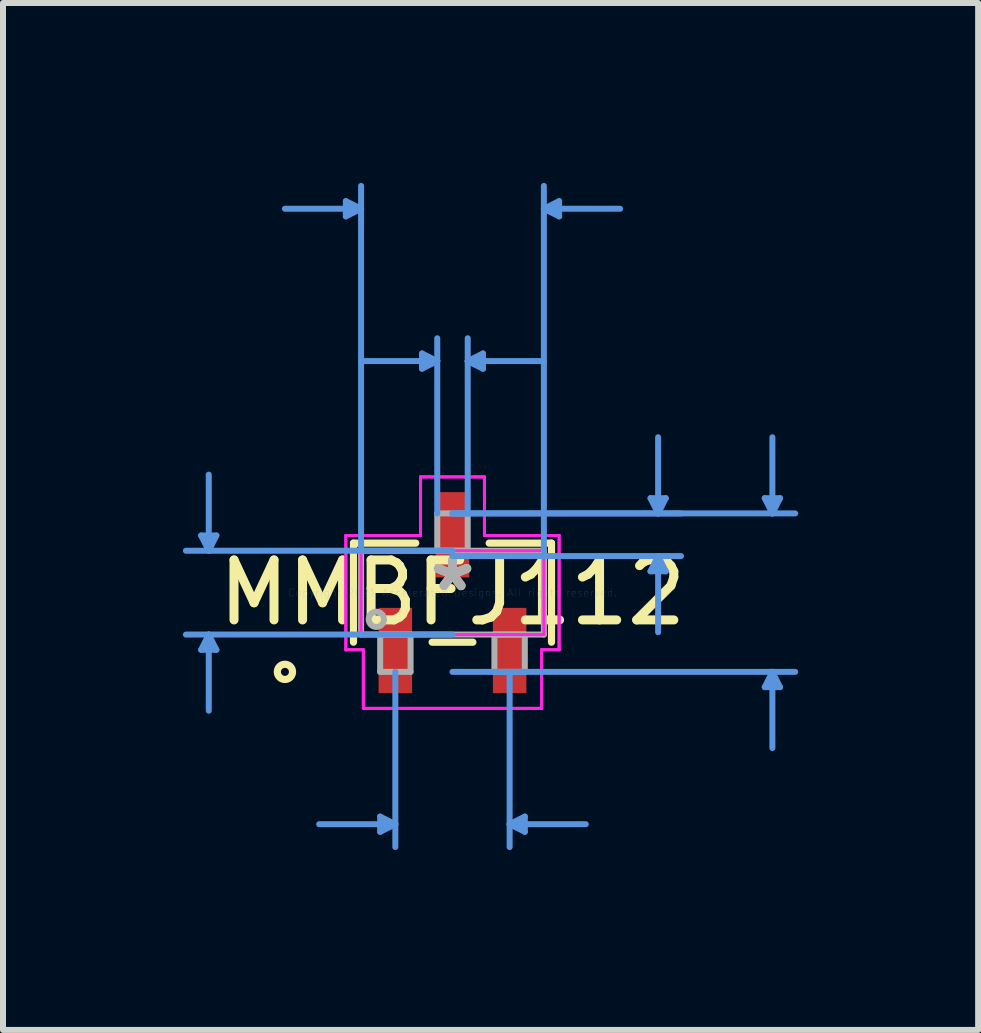
<source format=kicad_pcb>
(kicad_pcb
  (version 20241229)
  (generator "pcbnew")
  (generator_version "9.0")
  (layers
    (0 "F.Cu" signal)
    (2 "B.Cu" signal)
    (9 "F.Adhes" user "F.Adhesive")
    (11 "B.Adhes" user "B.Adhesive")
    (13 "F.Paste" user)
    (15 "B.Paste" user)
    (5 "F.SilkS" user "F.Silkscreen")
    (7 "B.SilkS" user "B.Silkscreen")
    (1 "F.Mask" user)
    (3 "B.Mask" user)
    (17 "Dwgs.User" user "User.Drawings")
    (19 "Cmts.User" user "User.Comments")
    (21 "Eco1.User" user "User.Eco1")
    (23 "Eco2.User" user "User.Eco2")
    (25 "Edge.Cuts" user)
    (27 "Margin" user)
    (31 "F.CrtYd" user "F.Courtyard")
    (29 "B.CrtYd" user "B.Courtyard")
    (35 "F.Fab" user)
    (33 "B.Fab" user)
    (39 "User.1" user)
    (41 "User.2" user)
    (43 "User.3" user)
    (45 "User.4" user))
  (footprint "MMBFJ112"
    (layer "F.Cu")
    (at 4.495 6.832)
    (property "Reference" "MMBFJ112" (at 0 0 0) (layer "F.SilkS") (effects (font (size 1 1) (thickness 0.15))))
    (attr through_hole)
    (fp_line (start -1.651 -0.826) (end -1.651 0.826) (stroke (width 0.12) (type solid)) (layer "F.SilkS"))
    (fp_line (start -0.612 -0.826) (end -1.651 -0.826) (stroke (width 0.12) (type solid)) (layer "F.SilkS"))
    (fp_line (start -0.34 0.826) (end 0.34 0.826) (stroke (width 0.12) (type solid)) (layer "F.SilkS"))
    (fp_line (start 1.651 -0.826) (end 0.612 -0.826) (stroke (width 0.12) (type solid)) (layer "F.SilkS"))
    (fp_line (start 1.651 0.826) (end 1.651 -0.826) (stroke (width 0.12) (type solid)) (layer "F.SilkS"))
    (fp_circle (center -2.794 1.321) (end -2.667 1.321) (stroke (width 0.12) (type solid)) (fill no) (layer "F.SilkS"))
    (fp_line (start -4.191 -0.953) (end -3.937 -0.953) (stroke (width 0.1) (type solid)) (layer "Cmts.User"))
    (fp_line (start -4.191 0.953) (end -3.937 0.953) (stroke (width 0.1) (type solid)) (layer "Cmts.User"))
    (fp_line (start -4.064 -0.699) (end -4.191 -0.953) (stroke (width 0.1) (type solid)) (layer "Cmts.User"))
    (fp_line (start -4.064 -0.699) (end -4.064 -1.968) (stroke (width 0.1) (type solid)) (layer "Cmts.User"))
    (fp_line (start -4.064 -0.699) (end -3.937 -0.953) (stroke (width 0.1) (type solid)) (layer "Cmts.User"))
    (fp_line (start -4.064 0.699) (end -4.191 0.953) (stroke (width 0.1) (type solid)) (layer "Cmts.User"))
    (fp_line (start -4.064 0.699) (end -4.064 1.968) (stroke (width 0.1) (type solid)) (layer "Cmts.User"))
    (fp_line (start -4.064 0.699) (end -3.937 0.953) (stroke (width 0.1) (type solid)) (layer "Cmts.User"))
    (fp_line (start -1.778 -6.528) (end -1.778 -6.274) (stroke (width 0.1) (type solid)) (layer "Cmts.User"))
    (fp_line (start -1.524 -6.401) (end -2.794 -6.401) (stroke (width 0.1) (type solid)) (layer "Cmts.User"))
    (fp_line (start -1.524 -6.401) (end -1.778 -6.528) (stroke (width 0.1) (type solid)) (layer "Cmts.User"))
    (fp_line (start -1.524 -6.401) (end -1.778 -6.274) (stroke (width 0.1) (type solid)) (layer "Cmts.User"))
    (fp_line (start -1.524 -0.699) (end -1.524 -6.782) (stroke (width 0.1) (type solid)) (layer "Cmts.User"))
    (fp_line (start -1.206 3.734) (end -1.206 3.988) (stroke (width 0.1) (type solid)) (layer "Cmts.User"))
    (fp_line (start -0.953 1.321) (end -0.953 4.242) (stroke (width 0.1) (type solid)) (layer "Cmts.User"))
    (fp_line (start -0.953 3.861) (end -2.223 3.861) (stroke (width 0.1) (type solid)) (layer "Cmts.User"))
    (fp_line (start -0.953 3.861) (end -1.206 3.734) (stroke (width 0.1) (type solid)) (layer "Cmts.User"))
    (fp_line (start -0.953 3.861) (end -1.206 3.988) (stroke (width 0.1) (type solid)) (layer "Cmts.User"))
    (fp_line (start -0.508 -3.988) (end -0.508 -3.734) (stroke (width 0.1) (type solid)) (layer "Cmts.User"))
    (fp_line (start -0.254 -3.861) (end -1.524 -3.861) (stroke (width 0.1) (type solid)) (layer "Cmts.User"))
    (fp_line (start -0.254 -3.861) (end -0.508 -3.988) (stroke (width 0.1) (type solid)) (layer "Cmts.User"))
    (fp_line (start -0.254 -3.861) (end -0.508 -3.734) (stroke (width 0.1) (type solid)) (layer "Cmts.User"))
    (fp_line (start -0.254 -1.321) (end -0.254 -4.242) (stroke (width 0.1) (type solid)) (layer "Cmts.User"))
    (fp_line (start 0 -1.321) (end 3.81 -1.321) (stroke (width 0.1) (type solid)) (layer "Cmts.User"))
    (fp_line (start 0 -1.321) (end 5.715 -1.321) (stroke (width 0.1) (type solid)) (layer "Cmts.User"))
    (fp_line (start 0 -0.699) (end -4.445 -0.699) (stroke (width 0.1) (type solid)) (layer "Cmts.User"))
    (fp_line (start 0 -0.61) (end 3.81 -0.61) (stroke (width 0.1) (type solid)) (layer "Cmts.User"))
    (fp_line (start 0 0.699) (end -4.445 0.699) (stroke (width 0.1) (type solid)) (layer "Cmts.User"))
    (fp_line (start 0 1.321) (end 5.715 1.321) (stroke (width 0.1) (type solid)) (layer "Cmts.User"))
    (fp_line (start 0.254 -3.861) (end 0.508 -3.988) (stroke (width 0.1) (type solid)) (layer "Cmts.User"))
    (fp_line (start 0.254 -3.861) (end 0.508 -3.734) (stroke (width 0.1) (type solid)) (layer "Cmts.User"))
    (fp_line (start 0.254 -3.861) (end 1.524 -3.861) (stroke (width 0.1) (type solid)) (layer "Cmts.User"))
    (fp_line (start 0.254 -1.321) (end 0.254 -4.242) (stroke (width 0.1) (type solid)) (layer "Cmts.User"))
    (fp_line (start 0.508 -3.988) (end 0.508 -3.734) (stroke (width 0.1) (type solid)) (layer "Cmts.User"))
    (fp_line (start 0.953 1.321) (end 0.953 4.242) (stroke (width 0.1) (type solid)) (layer "Cmts.User"))
    (fp_line (start 0.953 3.861) (end 1.206 3.734) (stroke (width 0.1) (type solid)) (layer "Cmts.User"))
    (fp_line (start 0.953 3.861) (end 1.206 3.988) (stroke (width 0.1) (type solid)) (layer "Cmts.User"))
    (fp_line (start 0.953 3.861) (end 2.223 3.861) (stroke (width 0.1) (type solid)) (layer "Cmts.User"))
    (fp_line (start 1.206 3.734) (end 1.206 3.988) (stroke (width 0.1) (type solid)) (layer "Cmts.User"))
    (fp_line (start 1.524 -6.401) (end 1.778 -6.528) (stroke (width 0.1) (type solid)) (layer "Cmts.User"))
    (fp_line (start 1.524 -6.401) (end 1.778 -6.274) (stroke (width 0.1) (type solid)) (layer "Cmts.User"))
    (fp_line (start 1.524 -6.401) (end 2.794 -6.401) (stroke (width 0.1) (type solid)) (layer "Cmts.User"))
    (fp_line (start 1.524 -0.699) (end 1.524 -6.782) (stroke (width 0.1) (type solid)) (layer "Cmts.User"))
    (fp_line (start 1.778 -6.528) (end 1.778 -6.274) (stroke (width 0.1) (type solid)) (layer "Cmts.User"))
    (fp_line (start 3.302 -1.575) (end 3.556 -1.575) (stroke (width 0.1) (type solid)) (layer "Cmts.User"))
    (fp_line (start 3.302 -0.356) (end 3.556 -0.356) (stroke (width 0.1) (type solid)) (layer "Cmts.User"))
    (fp_line (start 3.429 -1.321) (end 3.302 -1.575) (stroke (width 0.1) (type solid)) (layer "Cmts.User"))
    (fp_line (start 3.429 -1.321) (end 3.429 -2.591) (stroke (width 0.1) (type solid)) (layer "Cmts.User"))
    (fp_line (start 3.429 -1.321) (end 3.556 -1.575) (stroke (width 0.1) (type solid)) (layer "Cmts.User"))
    (fp_line (start 3.429 -0.61) (end 3.302 -0.356) (stroke (width 0.1) (type solid)) (layer "Cmts.User"))
    (fp_line (start 3.429 -0.61) (end 3.429 0.66) (stroke (width 0.1) (type solid)) (layer "Cmts.User"))
    (fp_line (start 3.429 -0.61) (end 3.556 -0.356) (stroke (width 0.1) (type solid)) (layer "Cmts.User"))
    (fp_line (start 5.207 -1.575) (end 5.461 -1.575) (stroke (width 0.1) (type solid)) (layer "Cmts.User"))
    (fp_line (start 5.207 1.575) (end 5.461 1.575) (stroke (width 0.1) (type solid)) (layer "Cmts.User"))
    (fp_line (start 5.334 -1.321) (end 5.207 -1.575) (stroke (width 0.1) (type solid)) (layer "Cmts.User"))
    (fp_line (start 5.334 -1.321) (end 5.334 -2.591) (stroke (width 0.1) (type solid)) (layer "Cmts.User"))
    (fp_line (start 5.334 -1.321) (end 5.461 -1.575) (stroke (width 0.1) (type solid)) (layer "Cmts.User"))
    (fp_line (start 5.334 1.321) (end 5.207 1.575) (stroke (width 0.1) (type solid)) (layer "Cmts.User"))
    (fp_line (start 5.334 1.321) (end 5.334 2.591) (stroke (width 0.1) (type solid)) (layer "Cmts.User"))
    (fp_line (start 5.334 1.321) (end 5.461 1.575) (stroke (width 0.1) (type solid)) (layer "Cmts.User"))
    (fp_line (start -1.778 -0.953) (end -0.533 -0.953) (stroke (width 0.05) (type solid)) (layer "F.CrtYd"))
    (fp_line (start -1.778 -0.953) (end -0.533 -0.953) (stroke (width 0.05) (type solid)) (layer "F.CrtYd"))
    (fp_line (start -1.778 0.953) (end -1.778 -0.953) (stroke (width 0.05) (type solid)) (layer "F.CrtYd"))
    (fp_line (start -1.778 0.953) (end -1.778 -0.953) (stroke (width 0.05) (type solid)) (layer "F.CrtYd"))
    (fp_line (start -1.778 0.953) (end -1.486 0.953) (stroke (width 0.05) (type solid)) (layer "F.CrtYd"))
    (fp_line (start -1.524 -0.699) (end 1.524 -0.699) (stroke (width 0.05) (type solid)) (layer "F.CrtYd"))
    (fp_line (start -1.524 0.699) (end -1.524 -0.699) (stroke (width 0.05) (type solid)) (layer "F.CrtYd"))
    (fp_line (start -1.486 0.953) (end -1.778 0.953) (stroke (width 0.05) (type solid)) (layer "F.CrtYd"))
    (fp_line (start -1.486 0.953) (end -1.486 1.93) (stroke (width 0.05) (type solid)) (layer "F.CrtYd"))
    (fp_line (start -1.486 1.93) (end -1.486 0.953) (stroke (width 0.05) (type solid)) (layer "F.CrtYd"))
    (fp_line (start -1.486 1.93) (end 1.486 1.93) (stroke (width 0.05) (type solid)) (layer "F.CrtYd"))
    (fp_line (start -0.533 -1.93) (end 0.533 -1.93) (stroke (width 0.05) (type solid)) (layer "F.CrtYd"))
    (fp_line (start -0.533 -1.93) (end 0.533 -1.93) (stroke (width 0.05) (type solid)) (layer "F.CrtYd"))
    (fp_line (start -0.533 -0.953) (end -0.533 -1.93) (stroke (width 0.05) (type solid)) (layer "F.CrtYd"))
    (fp_line (start -0.533 -0.953) (end -0.533 -1.93) (stroke (width 0.05) (type solid)) (layer "F.CrtYd"))
    (fp_line (start 0.533 -1.93) (end 0.533 -0.953) (stroke (width 0.05) (type solid)) (layer "F.CrtYd"))
    (fp_line (start 0.533 -0.953) (end 0.533 -1.93) (stroke (width 0.05) (type solid)) (layer "F.CrtYd"))
    (fp_line (start 0.533 -0.953) (end 1.778 -0.953) (stroke (width 0.05) (type solid)) (layer "F.CrtYd"))
    (fp_line (start 1.486 0.953) (end 1.486 1.93) (stroke (width 0.05) (type solid)) (layer "F.CrtYd"))
    (fp_line (start 1.486 0.953) (end 1.486 1.93) (stroke (width 0.05) (type solid)) (layer "F.CrtYd"))
    (fp_line (start 1.486 1.93) (end -1.486 1.93) (stroke (width 0.05) (type solid)) (layer "F.CrtYd"))
    (fp_line (start 1.524 -0.699) (end 1.524 0.699) (stroke (width 0.05) (type solid)) (layer "F.CrtYd"))
    (fp_line (start 1.524 0.699) (end -1.524 0.699) (stroke (width 0.05) (type solid)) (layer "F.CrtYd"))
    (fp_line (start 1.778 -0.953) (end 0.533 -0.953) (stroke (width 0.05) (type solid)) (layer "F.CrtYd"))
    (fp_line (start 1.778 -0.953) (end 1.778 0.953) (stroke (width 0.05) (type solid)) (layer "F.CrtYd"))
    (fp_line (start 1.778 -0.953) (end 1.778 0.953) (stroke (width 0.05) (type solid)) (layer "F.CrtYd"))
    (fp_line (start 1.778 0.953) (end 1.486 0.953) (stroke (width 0.05) (type solid)) (layer "F.CrtYd"))
    (fp_line (start 1.778 0.953) (end 1.486 0.953) (stroke (width 0.05) (type solid)) (layer "F.CrtYd"))
    (fp_line (start -1.524 -0.699) (end -1.524 0.699) (stroke (width 0.1) (type solid)) (layer "F.Fab"))
    (fp_line (start -1.524 0.699) (end 1.524 0.699) (stroke (width 0.1) (type solid)) (layer "F.Fab"))
    (fp_line (start -1.206 0.699) (end -1.206 1.321) (stroke (width 0.1) (type solid)) (layer "F.Fab"))
    (fp_line (start -1.206 1.321) (end -0.699 1.321) (stroke (width 0.1) (type solid)) (layer "F.Fab"))
    (fp_line (start -0.699 0.699) (end -1.206 0.699) (stroke (width 0.1) (type solid)) (layer "F.Fab"))
    (fp_line (start -0.699 1.321) (end -0.699 0.699) (stroke (width 0.1) (type solid)) (layer "F.Fab"))
    (fp_line (start -0.254 -1.321) (end -0.254 -0.699) (stroke (width 0.1) (type solid)) (layer "F.Fab"))
    (fp_line (start -0.254 -0.699) (end 0.254 -0.699) (stroke (width 0.1) (type solid)) (layer "F.Fab"))
    (fp_line (start 0.254 -1.321) (end -0.254 -1.321) (stroke (width 0.1) (type solid)) (layer "F.Fab"))
    (fp_line (start 0.254 -0.699) (end 0.254 -1.321) (stroke (width 0.1) (type solid)) (layer "F.Fab"))
    (fp_line (start 0.699 0.699) (end 0.699 1.321) (stroke (width 0.1) (type solid)) (layer "F.Fab"))
    (fp_line (start 0.699 1.321) (end 1.206 1.321) (stroke (width 0.1) (type solid)) (layer "F.Fab"))
    (fp_line (start 1.206 0.699) (end 0.699 0.699) (stroke (width 0.1) (type solid)) (layer "F.Fab"))
    (fp_line (start 1.206 1.321) (end 1.206 0.699) (stroke (width 0.1) (type solid)) (layer "F.Fab"))
    (fp_line (start 1.524 -0.699) (end -1.524 -0.699) (stroke (width 0.1) (type solid)) (layer "F.Fab"))
    (fp_line (start 1.524 0.699) (end 1.524 -0.699) (stroke (width 0.1) (type solid)) (layer "F.Fab"))
    (fp_circle (center -1.27 0.445) (end -1.143 0.445) (stroke (width 0.1) (type solid)) (fill no) (layer "F.Fab"))
    (fp_text user "*" (at 0 0 0) (layer "F.SilkS") (effects (font (size 1 1) (thickness 0.15))))
    (fp_text user "Copyright 2021 Accelerated Designs. All rights reserved." (at 0 0 0) (layer "Cmts.User") (effects (font (size 0.127 0.127) (thickness 0.002))))
    (fp_text user "*" (at 0 0 0) (layer "F.Fab") (effects (font (size 1 1) (thickness 0.15))))
    (pad "1" smd rect (at -0.953 0.965) (size 0.559 1.422) (layers "F.Cu" "F.Mask" "F.Paste"))
    (pad "2" smd rect (at 0.953 0.965) (size 0.559 1.422) (layers "F.Cu" "F.Mask" "F.Paste"))
    (pad "3" smd rect (at 0 -0.965) (size 0.559 1.422) (layers "F.Cu" "F.Mask" "F.Paste")))
  (gr_rect
    (start -3 -3)
    (end 13.26 14.124)
    (stroke (width 0.1) (type default))
    (fill no)
    (layer "Edge.Cuts")))
</source>
